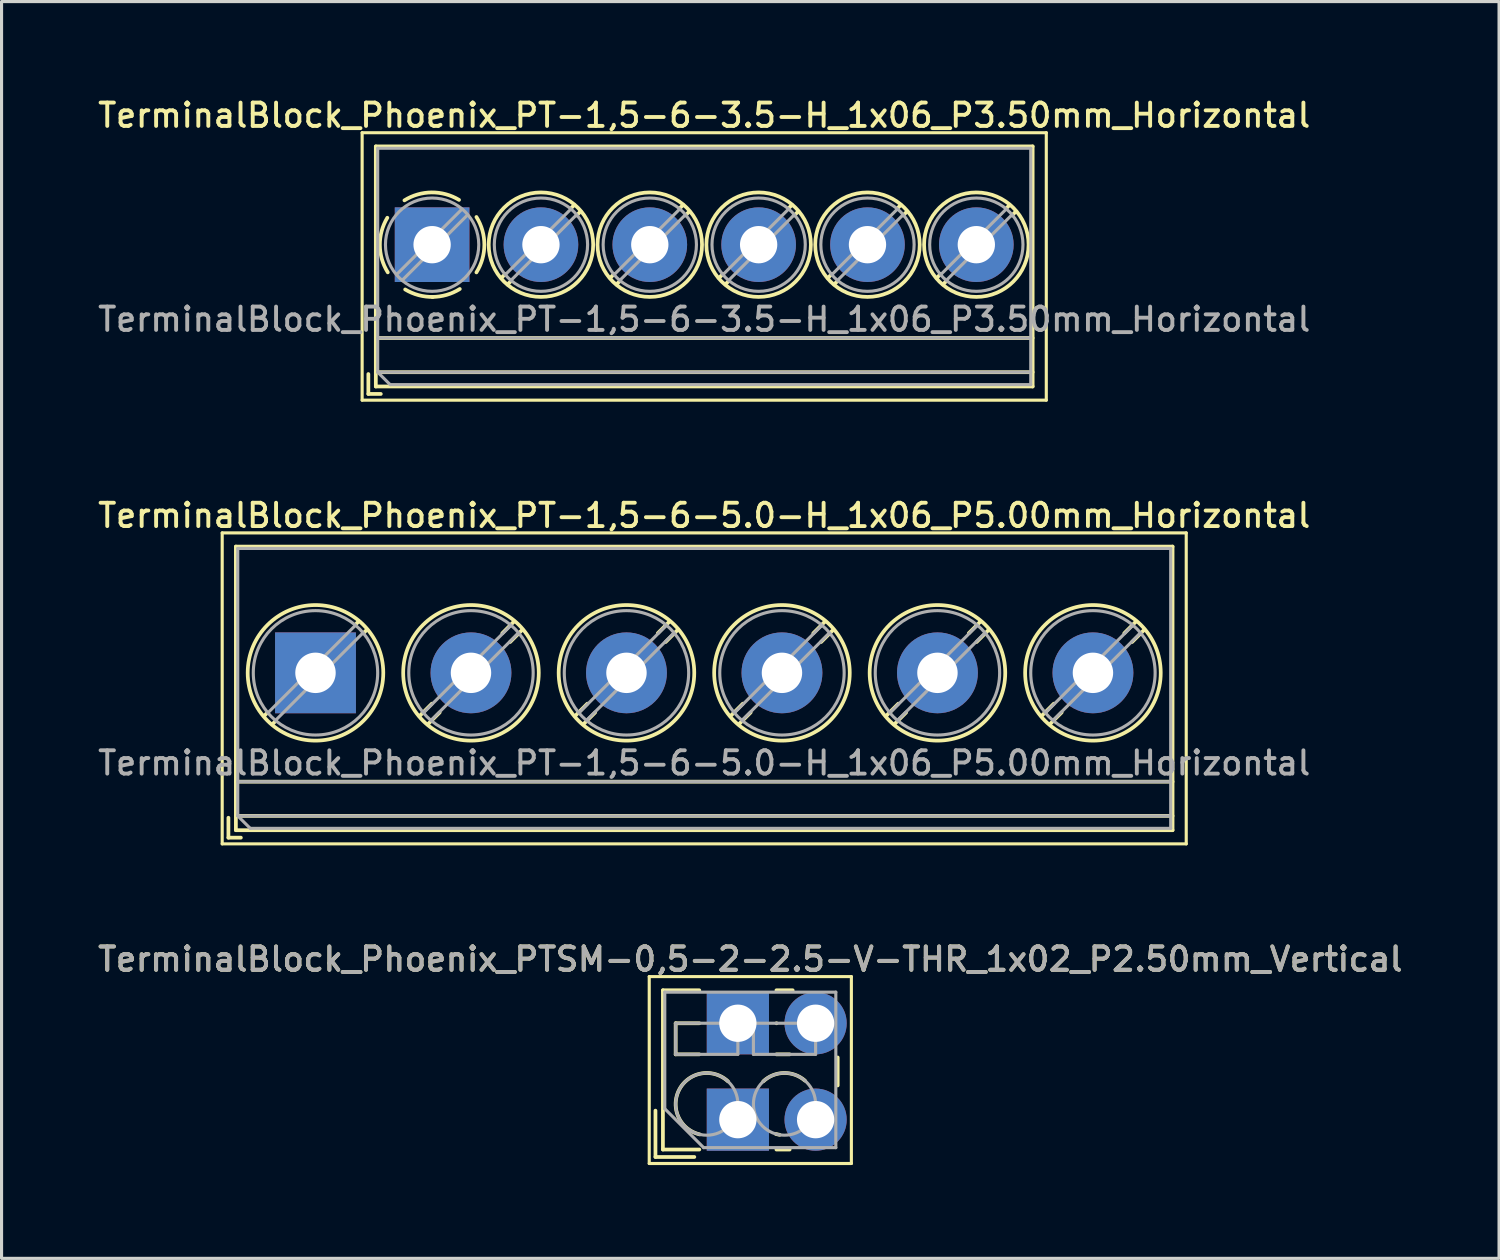
<source format=kicad_pcb>
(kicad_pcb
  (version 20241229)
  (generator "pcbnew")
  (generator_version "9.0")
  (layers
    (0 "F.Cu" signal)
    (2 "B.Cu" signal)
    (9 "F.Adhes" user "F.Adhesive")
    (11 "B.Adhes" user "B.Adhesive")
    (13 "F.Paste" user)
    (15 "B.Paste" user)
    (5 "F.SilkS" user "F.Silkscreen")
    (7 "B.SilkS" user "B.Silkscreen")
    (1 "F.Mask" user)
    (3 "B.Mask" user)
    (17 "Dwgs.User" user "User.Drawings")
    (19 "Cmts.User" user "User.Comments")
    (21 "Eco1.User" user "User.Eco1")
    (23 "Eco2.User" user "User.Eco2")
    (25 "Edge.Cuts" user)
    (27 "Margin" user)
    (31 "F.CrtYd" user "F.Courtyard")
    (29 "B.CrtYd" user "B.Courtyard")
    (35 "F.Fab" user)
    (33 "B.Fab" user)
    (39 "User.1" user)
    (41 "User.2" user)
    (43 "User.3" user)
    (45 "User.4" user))
  (footprint "TerminalBlock_Phoenix_PT-1,5-6-5.0-H_1x06_P5.00mm_Horizontal"
    (layer "F.Cu")
    (at 7.095 18.586)
    (property "Reference" "TerminalBlock_Phoenix_PT-1,5-6-5.0-H_1x06_P5.00mm_Horizontal" (at 12.5 -5.06 0) (layer "F.SilkS") (effects (font (size 0.75 0.75) (thickness 0.125))))
    (attr through_hole)
    (fp_line (start -3 -4.5) (end -3 5.5) (stroke (width 0.1) (type solid)) (layer "F.SilkS"))
    (fp_line (start -3 5.5) (end 28 5.5) (stroke (width 0.1) (type solid)) (layer "F.SilkS"))
    (fp_line (start -2.8 4.66) (end -2.8 5.3) (stroke (width 0.12) (type solid)) (layer "F.SilkS"))
    (fp_line (start -2.8 5.3) (end -2.4 5.3) (stroke (width 0.12) (type solid)) (layer "F.SilkS"))
    (fp_line (start -2.56 -4.06) (end -2.56 5.06) (stroke (width 0.12) (type solid)) (layer "F.SilkS"))
    (fp_line (start -2.56 -4.06) (end 27.56 -4.06) (stroke (width 0.12) (type solid)) (layer "F.SilkS"))
    (fp_line (start -2.56 3.5) (end 27.56 3.5) (stroke (width 0.12) (type solid)) (layer "F.SilkS"))
    (fp_line (start -2.56 4.6) (end 27.56 4.6) (stroke (width 0.12) (type solid)) (layer "F.SilkS"))
    (fp_line (start -2.56 5.06) (end 27.56 5.06) (stroke (width 0.12) (type solid)) (layer "F.SilkS"))
    (fp_line (start -1.548 1.281) (end -1.654 1.388) (stroke (width 0.12) (type solid)) (layer "F.SilkS"))
    (fp_line (start -1.282 1.547) (end -1.388 1.654) (stroke (width 0.12) (type solid)) (layer "F.SilkS"))
    (fp_line (start 1.388 -1.654) (end 1.281 -1.547) (stroke (width 0.12) (type solid)) (layer "F.SilkS"))
    (fp_line (start 1.654 -1.388) (end 1.547 -1.281) (stroke (width 0.12) (type solid)) (layer "F.SilkS"))
    (fp_line (start 3.742 0.992) (end 3.347 1.388) (stroke (width 0.12) (type solid)) (layer "F.SilkS"))
    (fp_line (start 3.993 1.274) (end 3.613 1.654) (stroke (width 0.12) (type solid)) (layer "F.SilkS"))
    (fp_line (start 6.388 -1.654) (end 6.008 -1.274) (stroke (width 0.12) (type solid)) (layer "F.SilkS"))
    (fp_line (start 6.654 -1.388) (end 6.259 -0.992) (stroke (width 0.12) (type solid)) (layer "F.SilkS"))
    (fp_line (start 8.742 0.992) (end 8.347 1.388) (stroke (width 0.12) (type solid)) (layer "F.SilkS"))
    (fp_line (start 8.993 1.274) (end 8.613 1.654) (stroke (width 0.12) (type solid)) (layer "F.SilkS"))
    (fp_line (start 11.388 -1.654) (end 11.008 -1.274) (stroke (width 0.12) (type solid)) (layer "F.SilkS"))
    (fp_line (start 11.654 -1.388) (end 11.259 -0.992) (stroke (width 0.12) (type solid)) (layer "F.SilkS"))
    (fp_line (start 13.742 0.992) (end 13.347 1.388) (stroke (width 0.12) (type solid)) (layer "F.SilkS"))
    (fp_line (start 13.993 1.274) (end 13.613 1.654) (stroke (width 0.12) (type solid)) (layer "F.SilkS"))
    (fp_line (start 16.388 -1.654) (end 16.008 -1.274) (stroke (width 0.12) (type solid)) (layer "F.SilkS"))
    (fp_line (start 16.654 -1.388) (end 16.259 -0.992) (stroke (width 0.12) (type solid)) (layer "F.SilkS"))
    (fp_line (start 18.742 0.992) (end 18.347 1.388) (stroke (width 0.12) (type solid)) (layer "F.SilkS"))
    (fp_line (start 18.993 1.274) (end 18.613 1.654) (stroke (width 0.12) (type solid)) (layer "F.SilkS"))
    (fp_line (start 21.388 -1.654) (end 21.008 -1.274) (stroke (width 0.12) (type solid)) (layer "F.SilkS"))
    (fp_line (start 21.654 -1.388) (end 21.259 -0.992) (stroke (width 0.12) (type solid)) (layer "F.SilkS"))
    (fp_line (start 23.742 0.992) (end 23.347 1.388) (stroke (width 0.12) (type solid)) (layer "F.SilkS"))
    (fp_line (start 23.993 1.274) (end 23.613 1.654) (stroke (width 0.12) (type solid)) (layer "F.SilkS"))
    (fp_line (start 26.388 -1.654) (end 26.008 -1.274) (stroke (width 0.12) (type solid)) (layer "F.SilkS"))
    (fp_line (start 26.654 -1.388) (end 26.259 -0.992) (stroke (width 0.12) (type solid)) (layer "F.SilkS"))
    (fp_line (start 27.56 -4.06) (end 27.56 5.06) (stroke (width 0.12) (type solid)) (layer "F.SilkS"))
    (fp_line (start 28 -4.5) (end -3 -4.5) (stroke (width 0.1) (type solid)) (layer "F.SilkS"))
    (fp_line (start 28 5.5) (end 28 -4.5) (stroke (width 0.1) (type solid)) (layer "F.SilkS"))
    (fp_circle (center 0 0) (end 2.18 0) (stroke (width 0.12) (type solid)) (fill no) (layer "F.SilkS"))
    (fp_circle (center 5 0) (end 7.18 0) (stroke (width 0.12) (type solid)) (fill no) (layer "F.SilkS"))
    (fp_circle (center 10 0) (end 12.18 0) (stroke (width 0.12) (type solid)) (fill no) (layer "F.SilkS"))
    (fp_circle (center 15 0) (end 17.18 0) (stroke (width 0.12) (type solid)) (fill no) (layer "F.SilkS"))
    (fp_circle (center 20 0) (end 22.18 0) (stroke (width 0.12) (type solid)) (fill no) (layer "F.SilkS"))
    (fp_circle (center 25 0) (end 27.18 0) (stroke (width 0.12) (type solid)) (fill no) (layer "F.SilkS"))
    (fp_line (start -2.5 -4) (end 27.5 -4) (stroke (width 0.1) (type solid)) (layer "F.Fab"))
    (fp_line (start -2.5 3.5) (end 27.5 3.5) (stroke (width 0.1) (type solid)) (layer "F.Fab"))
    (fp_line (start -2.5 4.6) (end -2.5 -4) (stroke (width 0.1) (type solid)) (layer "F.Fab"))
    (fp_line (start -2.5 4.6) (end 27.5 4.6) (stroke (width 0.1) (type solid)) (layer "F.Fab"))
    (fp_line (start -2.1 5) (end -2.5 4.6) (stroke (width 0.1) (type solid)) (layer "F.Fab"))
    (fp_line (start 1.273 -1.517) (end -1.517 1.273) (stroke (width 0.1) (type solid)) (layer "F.Fab"))
    (fp_line (start 1.517 -1.273) (end -1.273 1.517) (stroke (width 0.1) (type solid)) (layer "F.Fab"))
    (fp_line (start 6.273 -1.517) (end 3.484 1.273) (stroke (width 0.1) (type solid)) (layer "F.Fab"))
    (fp_line (start 6.517 -1.273) (end 3.728 1.517) (stroke (width 0.1) (type solid)) (layer "F.Fab"))
    (fp_line (start 11.273 -1.517) (end 8.484 1.273) (stroke (width 0.1) (type solid)) (layer "F.Fab"))
    (fp_line (start 11.517 -1.273) (end 8.728 1.517) (stroke (width 0.1) (type solid)) (layer "F.Fab"))
    (fp_line (start 16.273 -1.517) (end 13.484 1.273) (stroke (width 0.1) (type solid)) (layer "F.Fab"))
    (fp_line (start 16.517 -1.273) (end 13.728 1.517) (stroke (width 0.1) (type solid)) (layer "F.Fab"))
    (fp_line (start 21.273 -1.517) (end 18.484 1.273) (stroke (width 0.1) (type solid)) (layer "F.Fab"))
    (fp_line (start 21.517 -1.273) (end 18.728 1.517) (stroke (width 0.1) (type solid)) (layer "F.Fab"))
    (fp_line (start 26.273 -1.517) (end 23.484 1.273) (stroke (width 0.1) (type solid)) (layer "F.Fab"))
    (fp_line (start 26.517 -1.273) (end 23.728 1.517) (stroke (width 0.1) (type solid)) (layer "F.Fab"))
    (fp_line (start 27.5 -4) (end 27.5 5) (stroke (width 0.1) (type solid)) (layer "F.Fab"))
    (fp_line (start 27.5 5) (end -2.1 5) (stroke (width 0.1) (type solid)) (layer "F.Fab"))
    (fp_circle (center 0 0) (end 2 0) (stroke (width 0.1) (type solid)) (fill no) (layer "F.Fab"))
    (fp_circle (center 5 0) (end 7 0) (stroke (width 0.1) (type solid)) (fill no) (layer "F.Fab"))
    (fp_circle (center 10 0) (end 12 0) (stroke (width 0.1) (type solid)) (fill no) (layer "F.Fab"))
    (fp_circle (center 15 0) (end 17 0) (stroke (width 0.1) (type solid)) (fill no) (layer "F.Fab"))
    (fp_circle (center 20 0) (end 22 0) (stroke (width 0.1) (type solid)) (fill no) (layer "F.Fab"))
    (fp_circle (center 25 0) (end 27 0) (stroke (width 0.1) (type solid)) (fill no) (layer "F.Fab"))
    (fp_text user "${REFERENCE}" (at 12.5 2.9 0) (layer "F.Fab") (effects (font (size 0.75 0.75) (thickness 0.125))))
    (pad "1" thru_hole rect (at 0 0) (size 2.6 2.6) (drill 1.3) (layers "*.Cu" "*.Mask"))
    (pad "2" thru_hole circle (at 5 0) (size 2.6 2.6) (drill 1.3) (layers "*.Cu" "*.Mask"))
    (pad "3" thru_hole circle (at 10 0) (size 2.6 2.6) (drill 1.3) (layers "*.Cu" "*.Mask"))
    (pad "4" thru_hole circle (at 15 0) (size 2.6 2.6) (drill 1.3) (layers "*.Cu" "*.Mask"))
    (pad "5" thru_hole circle (at 20 0) (size 2.6 2.6) (drill 1.3) (layers "*.Cu" "*.Mask"))
    (pad "6" thru_hole circle (at 25 0) (size 2.6 2.6) (drill 1.3) (layers "*.Cu" "*.Mask")))
  (footprint "TerminalBlock_Phoenix_PTSM-0,5-2-2.5-V-THR_1x02_P2.50mm_Vertical"
    (layer "F.Cu")
    (at 20.677 32.954)
    (property "Reference" "TerminalBlock_Phoenix_PTSM-0,5-2-2.5-V-THR_1x02_P2.50mm_Vertical" (at 0.4 -5.16 0) (layer "F.SilkS") (effects (font (size 0.75 0.75) (thickness 0.125))))
    (attr through_hole)
    (fp_line (start -2.85 -4.6) (end -2.85 1.41) (stroke (width 0.1) (type solid)) (layer "F.SilkS"))
    (fp_line (start -2.85 1.41) (end 3.65 1.41) (stroke (width 0.1) (type solid)) (layer "F.SilkS"))
    (fp_line (start -2.65 -0.29) (end -2.65 1.2) (stroke (width 0.12) (type solid)) (layer "F.SilkS"))
    (fp_line (start -2.65 1.2) (end -1.4 1.2) (stroke (width 0.12) (type solid)) (layer "F.SilkS"))
    (fp_line (start -2.41 -4.16) (end -2.41 0.961) (stroke (width 0.12) (type solid)) (layer "F.SilkS"))
    (fp_line (start -2.41 -4.16) (end -1.24 -4.16) (stroke (width 0.12) (type solid)) (layer "F.SilkS"))
    (fp_line (start -2.41 0.961) (end -1.24 0.961) (stroke (width 0.12) (type solid)) (layer "F.SilkS"))
    (fp_line (start -2 -3.1) (end -2 -2.1) (stroke (width 0.12) (type solid)) (layer "F.SilkS"))
    (fp_line (start -2 -3.1) (end -1.24 -3.1) (stroke (width 0.12) (type solid)) (layer "F.SilkS"))
    (fp_line (start -2 -2.1) (end -1.24 -2.1) (stroke (width 0.12) (type solid)) (layer "F.SilkS"))
    (fp_line (start 1.24 -4.16) (end 1.763 -4.16) (stroke (width 0.12) (type solid)) (layer "F.SilkS"))
    (fp_line (start 1.24 -3.1) (end 1.245 -3.1) (stroke (width 0.12) (type solid)) (layer "F.SilkS"))
    (fp_line (start 1.24 -2.1) (end 1.665 -2.1) (stroke (width 0.12) (type solid)) (layer "F.SilkS"))
    (fp_line (start 1.24 0.961) (end 1.665 0.961) (stroke (width 0.12) (type solid)) (layer "F.SilkS"))
    (fp_line (start 3.21 -2) (end 3.21 -1.1) (stroke (width 0.12) (type solid)) (layer "F.SilkS"))
    (fp_line (start 3.65 -4.6) (end -2.85 -4.6) (stroke (width 0.1) (type solid)) (layer "F.SilkS"))
    (fp_line (start 3.65 1.41) (end 3.65 -4.6) (stroke (width 0.1) (type solid)) (layer "F.SilkS"))
    (fp_arc (start -1.224629 0.474931) (mid -1.883573 -0.969306) (end -0.318 -1.232) (stroke (width 0.12) (type solid)) (layer "F.SilkS"))
    (fp_arc (start 0.817811 -1.23232) (mid 1.483053 -1.500693) (end 2.157 -1.255) (stroke (width 0.12) (type solid)) (layer "F.SilkS"))
    (fp_arc (start 1.344288 0.488343) (mid 1.284242 0.476994) (end 1.225 0.462) (stroke (width 0.12) (type solid)) (layer "F.SilkS"))
    (fp_line (start -2.35 -4.1) (end 3.15 -4.1) (stroke (width 0.1) (type solid)) (layer "F.Fab"))
    (fp_line (start -2.35 -0.35) (end -2.35 -4.1) (stroke (width 0.1) (type solid)) (layer "F.Fab"))
    (fp_line (start -2 -3.1) (end -2 -2.1) (stroke (width 0.1) (type solid)) (layer "F.Fab"))
    (fp_line (start -2 -2.1) (end 0 -2.1) (stroke (width 0.1) (type solid)) (layer "F.Fab"))
    (fp_line (start -1.1 0.9) (end -2.35 -0.35) (stroke (width 0.1) (type solid)) (layer "F.Fab"))
    (fp_line (start 0 -3.1) (end -2 -3.1) (stroke (width 0.1) (type solid)) (layer "F.Fab"))
    (fp_line (start 0 -2.1) (end 0 -3.1) (stroke (width 0.1) (type solid)) (layer "F.Fab"))
    (fp_line (start 0.5 -3.1) (end 0.5 -2.1) (stroke (width 0.1) (type solid)) (layer "F.Fab"))
    (fp_line (start 0.5 -2.1) (end 2.5 -2.1) (stroke (width 0.1) (type solid)) (layer "F.Fab"))
    (fp_line (start 2.5 -3.1) (end 0.5 -3.1) (stroke (width 0.1) (type solid)) (layer "F.Fab"))
    (fp_line (start 2.5 -2.1) (end 2.5 -3.1) (stroke (width 0.1) (type solid)) (layer "F.Fab"))
    (fp_line (start 3.15 -4.1) (end 3.15 0.9) (stroke (width 0.1) (type solid)) (layer "F.Fab"))
    (fp_line (start 3.15 0.9) (end -1.1 0.9) (stroke (width 0.1) (type solid)) (layer "F.Fab"))
    (fp_circle (center -1 -0.5) (end 0 -0.5) (stroke (width 0.1) (type solid)) (fill no) (layer "F.Fab"))
    (fp_circle (center 1.5 -0.5) (end 2.5 -0.5) (stroke (width 0.1) (type solid)) (fill no) (layer "F.Fab"))
    (fp_text user "${REFERENCE}" (at 0.4 -5.16 0) (layer "F.Fab") (effects (font (size 0.75 0.75) (thickness 0.125))))
    (pad "1" thru_hole rect (at 0 -3.1) (size 2 2) (drill 1.2) (layers "*.Cu" "*.Mask"))
    (pad "1" thru_hole rect (at 0 0) (size 2 2) (drill 1.2) (layers "*.Cu" "*.Mask"))
    (pad "2" thru_hole circle (at 2.5 -3.1) (size 2 2) (drill 1.2) (layers "*.Cu" "*.Mask"))
    (pad "2" thru_hole circle (at 2.5 0) (size 2 2) (drill 1.2) (layers "*.Cu" "*.Mask")))
  (footprint "TerminalBlock_Phoenix_PT-1,5-6-3.5-H_1x06_P3.50mm_Horizontal"
    (layer "F.Cu")
    (at 10.845 4.818)
    (property "Reference" "TerminalBlock_Phoenix_PT-1,5-6-3.5-H_1x06_P3.50mm_Horizontal" (at 8.75 -4.16 0) (layer "F.SilkS") (effects (font (size 0.75 0.75) (thickness 0.125))))
    (attr through_hole)
    (fp_line (start -2.25 -3.6) (end -2.25 5) (stroke (width 0.1) (type solid)) (layer "F.SilkS"))
    (fp_line (start -2.25 5) (end 19.75 5) (stroke (width 0.1) (type solid)) (layer "F.SilkS"))
    (fp_line (start -2.05 4.16) (end -2.05 4.8) (stroke (width 0.12) (type solid)) (layer "F.SilkS"))
    (fp_line (start -2.05 4.8) (end -1.65 4.8) (stroke (width 0.12) (type solid)) (layer "F.SilkS"))
    (fp_line (start -1.81 -3.16) (end -1.81 4.56) (stroke (width 0.12) (type solid)) (layer "F.SilkS"))
    (fp_line (start -1.81 -3.16) (end 19.311 -3.16) (stroke (width 0.12) (type solid)) (layer "F.SilkS"))
    (fp_line (start -1.81 3) (end 19.311 3) (stroke (width 0.12) (type solid)) (layer "F.SilkS"))
    (fp_line (start -1.81 4.1) (end 19.311 4.1) (stroke (width 0.12) (type solid)) (layer "F.SilkS"))
    (fp_line (start -1.81 4.56) (end 19.311 4.56) (stroke (width 0.12) (type solid)) (layer "F.SilkS"))
    (fp_line (start 2.355 0.941) (end 2.226 1.069) (stroke (width 0.12) (type solid)) (layer "F.SilkS"))
    (fp_line (start 2.525 1.181) (end 2.431 1.274) (stroke (width 0.12) (type solid)) (layer "F.SilkS"))
    (fp_line (start 4.57 -1.275) (end 4.476 -1.181) (stroke (width 0.12) (type solid)) (layer "F.SilkS"))
    (fp_line (start 4.775 -1.069) (end 4.646 -0.941) (stroke (width 0.12) (type solid)) (layer "F.SilkS"))
    (fp_line (start 5.855 0.941) (end 5.726 1.069) (stroke (width 0.12) (type solid)) (layer "F.SilkS"))
    (fp_line (start 6.025 1.181) (end 5.931 1.274) (stroke (width 0.12) (type solid)) (layer "F.SilkS"))
    (fp_line (start 8.07 -1.275) (end 7.976 -1.181) (stroke (width 0.12) (type solid)) (layer "F.SilkS"))
    (fp_line (start 8.275 -1.069) (end 8.146 -0.941) (stroke (width 0.12) (type solid)) (layer "F.SilkS"))
    (fp_line (start 9.355 0.941) (end 9.226 1.069) (stroke (width 0.12) (type solid)) (layer "F.SilkS"))
    (fp_line (start 9.525 1.181) (end 9.431 1.274) (stroke (width 0.12) (type solid)) (layer "F.SilkS"))
    (fp_line (start 11.57 -1.275) (end 11.476 -1.181) (stroke (width 0.12) (type solid)) (layer "F.SilkS"))
    (fp_line (start 11.775 -1.069) (end 11.646 -0.941) (stroke (width 0.12) (type solid)) (layer "F.SilkS"))
    (fp_line (start 12.855 0.941) (end 12.726 1.069) (stroke (width 0.12) (type solid)) (layer "F.SilkS"))
    (fp_line (start 13.025 1.181) (end 12.931 1.274) (stroke (width 0.12) (type solid)) (layer "F.SilkS"))
    (fp_line (start 15.07 -1.275) (end 14.976 -1.181) (stroke (width 0.12) (type solid)) (layer "F.SilkS"))
    (fp_line (start 15.275 -1.069) (end 15.146 -0.941) (stroke (width 0.12) (type solid)) (layer "F.SilkS"))
    (fp_line (start 16.355 0.941) (end 16.226 1.069) (stroke (width 0.12) (type solid)) (layer "F.SilkS"))
    (fp_line (start 16.525 1.181) (end 16.431 1.274) (stroke (width 0.12) (type solid)) (layer "F.SilkS"))
    (fp_line (start 18.57 -1.275) (end 18.476 -1.181) (stroke (width 0.12) (type solid)) (layer "F.SilkS"))
    (fp_line (start 18.775 -1.069) (end 18.646 -0.941) (stroke (width 0.12) (type solid)) (layer "F.SilkS"))
    (fp_line (start 19.311 -3.16) (end 19.311 4.56) (stroke (width 0.12) (type solid)) (layer "F.SilkS"))
    (fp_line (start 19.75 -3.6) (end -2.25 -3.6) (stroke (width 0.1) (type solid)) (layer "F.SilkS"))
    (fp_line (start 19.75 5) (end 19.75 -3.6) (stroke (width 0.1) (type solid)) (layer "F.SilkS"))
    (fp_arc (start -1.425358 0.889894) (mid -1.680286 0.014012) (end -1.44 -0.866) (stroke (width 0.12) (type solid)) (layer "F.SilkS"))
    (fp_arc (start -0.889894 -1.425358) (mid -0.014012 -1.680286) (end 0.866 -1.44) (stroke (width 0.12) (type solid)) (layer "F.SilkS"))
    (fp_arc (start 0.028674 1.680099) (mid -0.435535 1.622918) (end -0.866 1.44) (stroke (width 0.12) (type solid)) (layer "F.SilkS"))
    (fp_arc (start 0.890264 1.424721) (mid 0.463071 1.61492) (end 0 1.68) (stroke (width 0.12) (type solid)) (layer "F.SilkS"))
    (fp_arc (start 1.425504 -0.890193) (mid 1.680626 0.000476) (end 1.425 0.891) (stroke (width 0.12) (type solid)) (layer "F.SilkS"))
    (fp_circle (center 3.5 0) (end 5.18 0) (stroke (width 0.12) (type solid)) (fill no) (layer "F.SilkS"))
    (fp_circle (center 7 0) (end 8.68 0) (stroke (width 0.12) (type solid)) (fill no) (layer "F.SilkS"))
    (fp_circle (center 10.5 0) (end 12.18 0) (stroke (width 0.12) (type solid)) (fill no) (layer "F.SilkS"))
    (fp_circle (center 14 0) (end 15.68 0) (stroke (width 0.12) (type solid)) (fill no) (layer "F.SilkS"))
    (fp_circle (center 17.5 0) (end 19.18 0) (stroke (width 0.12) (type solid)) (fill no) (layer "F.SilkS"))
    (fp_line (start -1.75 -3.1) (end 19.25 -3.1) (stroke (width 0.1) (type solid)) (layer "F.Fab"))
    (fp_line (start -1.75 3) (end 19.25 3) (stroke (width 0.1) (type solid)) (layer "F.Fab"))
    (fp_line (start -1.75 4.1) (end -1.75 -3.1) (stroke (width 0.1) (type solid)) (layer "F.Fab"))
    (fp_line (start -1.75 4.1) (end 19.25 4.1) (stroke (width 0.1) (type solid)) (layer "F.Fab"))
    (fp_line (start -1.35 4.5) (end -1.75 4.1) (stroke (width 0.1) (type solid)) (layer "F.Fab"))
    (fp_line (start 0.955 -1.138) (end -1.138 0.955) (stroke (width 0.1) (type solid)) (layer "F.Fab"))
    (fp_line (start 1.138 -0.955) (end -0.955 1.138) (stroke (width 0.1) (type solid)) (layer "F.Fab"))
    (fp_line (start 4.455 -1.138) (end 2.363 0.955) (stroke (width 0.1) (type solid)) (layer "F.Fab"))
    (fp_line (start 4.638 -0.955) (end 2.546 1.138) (stroke (width 0.1) (type solid)) (layer "F.Fab"))
    (fp_line (start 7.955 -1.138) (end 5.863 0.955) (stroke (width 0.1) (type solid)) (layer "F.Fab"))
    (fp_line (start 8.138 -0.955) (end 6.046 1.138) (stroke (width 0.1) (type solid)) (layer "F.Fab"))
    (fp_line (start 11.455 -1.138) (end 9.363 0.955) (stroke (width 0.1) (type solid)) (layer "F.Fab"))
    (fp_line (start 11.638 -0.955) (end 9.546 1.138) (stroke (width 0.1) (type solid)) (layer "F.Fab"))
    (fp_line (start 14.955 -1.138) (end 12.863 0.955) (stroke (width 0.1) (type solid)) (layer "F.Fab"))
    (fp_line (start 15.138 -0.955) (end 13.046 1.138) (stroke (width 0.1) (type solid)) (layer "F.Fab"))
    (fp_line (start 18.455 -1.138) (end 16.363 0.955) (stroke (width 0.1) (type solid)) (layer "F.Fab"))
    (fp_line (start 18.638 -0.955) (end 16.546 1.138) (stroke (width 0.1) (type solid)) (layer "F.Fab"))
    (fp_line (start 19.25 -3.1) (end 19.25 4.5) (stroke (width 0.1) (type solid)) (layer "F.Fab"))
    (fp_line (start 19.25 4.5) (end -1.35 4.5) (stroke (width 0.1) (type solid)) (layer "F.Fab"))
    (fp_circle (center 0 0) (end 1.5 0) (stroke (width 0.1) (type solid)) (fill no) (layer "F.Fab"))
    (fp_circle (center 3.5 0) (end 5 0) (stroke (width 0.1) (type solid)) (fill no) (layer "F.Fab"))
    (fp_circle (center 7 0) (end 8.5 0) (stroke (width 0.1) (type solid)) (fill no) (layer "F.Fab"))
    (fp_circle (center 10.5 0) (end 12 0) (stroke (width 0.1) (type solid)) (fill no) (layer "F.Fab"))
    (fp_circle (center 14 0) (end 15.5 0) (stroke (width 0.1) (type solid)) (fill no) (layer "F.Fab"))
    (fp_circle (center 17.5 0) (end 19 0) (stroke (width 0.1) (type solid)) (fill no) (layer "F.Fab"))
    (fp_text user "${REFERENCE}" (at 8.75 2.4 0) (layer "F.Fab") (effects (font (size 0.75 0.75) (thickness 0.125))))
    (pad "1" thru_hole rect (at 0 0) (size 2.4 2.4) (drill 1.2) (layers "*.Cu" "*.Mask"))
    (pad "2" thru_hole circle (at 3.5 0) (size 2.4 2.4) (drill 1.2) (layers "*.Cu" "*.Mask"))
    (pad "3" thru_hole circle (at 7 0) (size 2.4 2.4) (drill 1.2) (layers "*.Cu" "*.Mask"))
    (pad "4" thru_hole circle (at 10.5 0) (size 2.4 2.4) (drill 1.2) (layers "*.Cu" "*.Mask"))
    (pad "5" thru_hole circle (at 14 0) (size 2.4 2.4) (drill 1.2) (layers "*.Cu" "*.Mask"))
    (pad "6" thru_hole circle (at 17.5 0) (size 2.4 2.4) (drill 1.2) (layers "*.Cu" "*.Mask")))
  (gr_rect
    (start -3 -3)
    (end 45.154 37.414)
    (stroke (width 0.1) (type default))
    (fill no)
    (layer "Edge.Cuts")))
</source>
